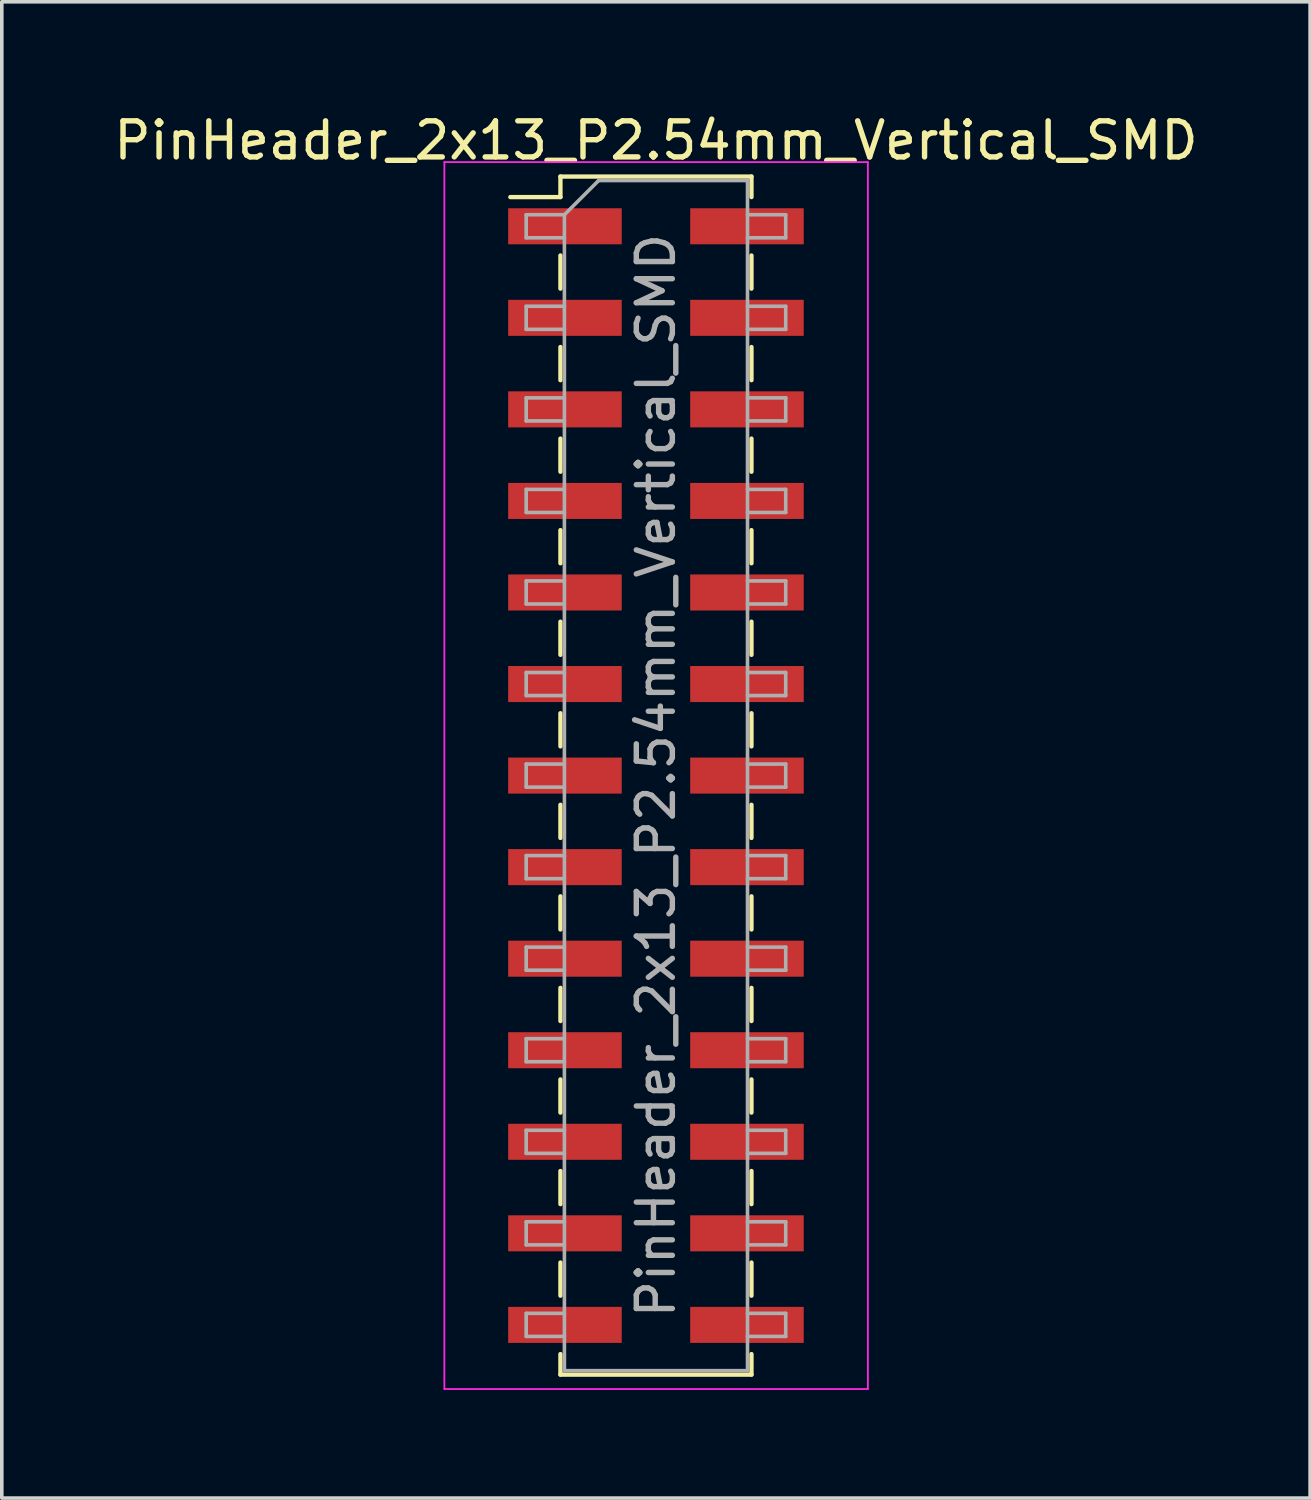
<source format=kicad_pcb>
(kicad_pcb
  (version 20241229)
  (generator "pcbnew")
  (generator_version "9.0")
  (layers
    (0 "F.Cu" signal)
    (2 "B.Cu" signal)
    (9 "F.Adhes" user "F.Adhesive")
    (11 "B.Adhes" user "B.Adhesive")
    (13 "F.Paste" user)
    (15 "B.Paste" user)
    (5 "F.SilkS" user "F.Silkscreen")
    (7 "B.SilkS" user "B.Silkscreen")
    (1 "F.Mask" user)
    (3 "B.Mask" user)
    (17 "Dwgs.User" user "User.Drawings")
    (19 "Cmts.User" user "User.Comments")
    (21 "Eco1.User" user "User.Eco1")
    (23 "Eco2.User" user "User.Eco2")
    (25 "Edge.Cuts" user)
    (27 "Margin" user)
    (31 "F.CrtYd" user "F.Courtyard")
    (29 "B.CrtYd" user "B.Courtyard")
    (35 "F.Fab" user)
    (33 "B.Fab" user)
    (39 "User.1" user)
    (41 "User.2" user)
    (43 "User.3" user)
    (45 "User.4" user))
  (footprint "PinHeader_2x13_P2.54mm_Vertical_SMD"
    (layer "F.Cu")
    (at 15.149 18.468)
    (property "Reference" "PinHeader_2x13_P2.54mm_Vertical_SMD" (at 0 -17.62 0) (layer "F.SilkS") (effects (font (size 1 1) (thickness 0.15))))
    (attr smd)
    (fp_line (start -4.04 -16.05) (end -2.65 -16.05) (stroke (width 0.12) (type solid)) (layer "F.SilkS"))
    (fp_line (start -2.65 -16.62) (end -2.65 -16.05) (stroke (width 0.12) (type solid)) (layer "F.SilkS"))
    (fp_line (start -2.65 -16.62) (end 2.65 -16.62) (stroke (width 0.12) (type solid)) (layer "F.SilkS"))
    (fp_line (start -2.65 -14.43) (end -2.65 -13.51) (stroke (width 0.12) (type solid)) (layer "F.SilkS"))
    (fp_line (start -2.65 -11.89) (end -2.65 -10.97) (stroke (width 0.12) (type solid)) (layer "F.SilkS"))
    (fp_line (start -2.65 -9.35) (end -2.65 -8.43) (stroke (width 0.12) (type solid)) (layer "F.SilkS"))
    (fp_line (start -2.65 -6.81) (end -2.65 -5.89) (stroke (width 0.12) (type solid)) (layer "F.SilkS"))
    (fp_line (start -2.65 -4.27) (end -2.65 -3.35) (stroke (width 0.12) (type solid)) (layer "F.SilkS"))
    (fp_line (start -2.65 -1.73) (end -2.65 -0.81) (stroke (width 0.12) (type solid)) (layer "F.SilkS"))
    (fp_line (start -2.65 0.81) (end -2.65 1.73) (stroke (width 0.12) (type solid)) (layer "F.SilkS"))
    (fp_line (start -2.65 3.35) (end -2.65 4.27) (stroke (width 0.12) (type solid)) (layer "F.SilkS"))
    (fp_line (start -2.65 5.89) (end -2.65 6.81) (stroke (width 0.12) (type solid)) (layer "F.SilkS"))
    (fp_line (start -2.65 8.43) (end -2.65 9.35) (stroke (width 0.12) (type solid)) (layer "F.SilkS"))
    (fp_line (start -2.65 10.97) (end -2.65 11.89) (stroke (width 0.12) (type solid)) (layer "F.SilkS"))
    (fp_line (start -2.65 13.51) (end -2.65 14.43) (stroke (width 0.12) (type solid)) (layer "F.SilkS"))
    (fp_line (start -2.65 16.05) (end -2.65 16.62) (stroke (width 0.12) (type solid)) (layer "F.SilkS"))
    (fp_line (start -2.65 16.62) (end 2.65 16.62) (stroke (width 0.12) (type solid)) (layer "F.SilkS"))
    (fp_line (start 2.65 -16.62) (end 2.65 -16.05) (stroke (width 0.12) (type solid)) (layer "F.SilkS"))
    (fp_line (start 2.65 -14.43) (end 2.65 -13.51) (stroke (width 0.12) (type solid)) (layer "F.SilkS"))
    (fp_line (start 2.65 -11.89) (end 2.65 -10.97) (stroke (width 0.12) (type solid)) (layer "F.SilkS"))
    (fp_line (start 2.65 -9.35) (end 2.65 -8.43) (stroke (width 0.12) (type solid)) (layer "F.SilkS"))
    (fp_line (start 2.65 -6.81) (end 2.65 -5.89) (stroke (width 0.12) (type solid)) (layer "F.SilkS"))
    (fp_line (start 2.65 -4.27) (end 2.65 -3.35) (stroke (width 0.12) (type solid)) (layer "F.SilkS"))
    (fp_line (start 2.65 -1.73) (end 2.65 -0.81) (stroke (width 0.12) (type solid)) (layer "F.SilkS"))
    (fp_line (start 2.65 0.81) (end 2.65 1.73) (stroke (width 0.12) (type solid)) (layer "F.SilkS"))
    (fp_line (start 2.65 3.35) (end 2.65 4.27) (stroke (width 0.12) (type solid)) (layer "F.SilkS"))
    (fp_line (start 2.65 5.89) (end 2.65 6.81) (stroke (width 0.12) (type solid)) (layer "F.SilkS"))
    (fp_line (start 2.65 8.43) (end 2.65 9.35) (stroke (width 0.12) (type solid)) (layer "F.SilkS"))
    (fp_line (start 2.65 10.97) (end 2.65 11.89) (stroke (width 0.12) (type solid)) (layer "F.SilkS"))
    (fp_line (start 2.65 13.51) (end 2.65 14.43) (stroke (width 0.12) (type solid)) (layer "F.SilkS"))
    (fp_line (start 2.65 16.05) (end 2.65 16.62) (stroke (width 0.12) (type solid)) (layer "F.SilkS"))
    (fp_line (start -5.87 -17.02) (end -5.87 17.02) (stroke (width 0.05) (type solid)) (layer "F.CrtYd"))
    (fp_line (start -5.87 17.02) (end 5.88 17.02) (stroke (width 0.05) (type solid)) (layer "F.CrtYd"))
    (fp_line (start 5.88 -17.02) (end -5.87 -17.02) (stroke (width 0.05) (type solid)) (layer "F.CrtYd"))
    (fp_line (start 5.88 17.02) (end 5.88 -17.02) (stroke (width 0.05) (type solid)) (layer "F.CrtYd"))
    (fp_line (start -3.6 -15.56) (end -3.6 -14.92) (stroke (width 0.1) (type solid)) (layer "F.Fab"))
    (fp_line (start -3.6 -14.92) (end -2.54 -14.92) (stroke (width 0.1) (type solid)) (layer "F.Fab"))
    (fp_line (start -3.6 -13.02) (end -3.6 -12.38) (stroke (width 0.1) (type solid)) (layer "F.Fab"))
    (fp_line (start -3.6 -12.38) (end -2.54 -12.38) (stroke (width 0.1) (type solid)) (layer "F.Fab"))
    (fp_line (start -3.6 -10.48) (end -3.6 -9.84) (stroke (width 0.1) (type solid)) (layer "F.Fab"))
    (fp_line (start -3.6 -9.84) (end -2.54 -9.84) (stroke (width 0.1) (type solid)) (layer "F.Fab"))
    (fp_line (start -3.6 -7.94) (end -3.6 -7.3) (stroke (width 0.1) (type solid)) (layer "F.Fab"))
    (fp_line (start -3.6 -7.3) (end -2.54 -7.3) (stroke (width 0.1) (type solid)) (layer "F.Fab"))
    (fp_line (start -3.6 -5.4) (end -3.6 -4.76) (stroke (width 0.1) (type solid)) (layer "F.Fab"))
    (fp_line (start -3.6 -4.76) (end -2.54 -4.76) (stroke (width 0.1) (type solid)) (layer "F.Fab"))
    (fp_line (start -3.6 -2.86) (end -3.6 -2.22) (stroke (width 0.1) (type solid)) (layer "F.Fab"))
    (fp_line (start -3.6 -2.22) (end -2.54 -2.22) (stroke (width 0.1) (type solid)) (layer "F.Fab"))
    (fp_line (start -3.6 -0.32) (end -3.6 0.32) (stroke (width 0.1) (type solid)) (layer "F.Fab"))
    (fp_line (start -3.6 0.32) (end -2.54 0.32) (stroke (width 0.1) (type solid)) (layer "F.Fab"))
    (fp_line (start -3.6 2.22) (end -3.6 2.86) (stroke (width 0.1) (type solid)) (layer "F.Fab"))
    (fp_line (start -3.6 2.86) (end -2.54 2.86) (stroke (width 0.1) (type solid)) (layer "F.Fab"))
    (fp_line (start -3.6 4.76) (end -3.6 5.4) (stroke (width 0.1) (type solid)) (layer "F.Fab"))
    (fp_line (start -3.6 5.4) (end -2.54 5.4) (stroke (width 0.1) (type solid)) (layer "F.Fab"))
    (fp_line (start -3.6 7.3) (end -3.6 7.94) (stroke (width 0.1) (type solid)) (layer "F.Fab"))
    (fp_line (start -3.6 7.94) (end -2.54 7.94) (stroke (width 0.1) (type solid)) (layer "F.Fab"))
    (fp_line (start -3.6 9.84) (end -3.6 10.48) (stroke (width 0.1) (type solid)) (layer "F.Fab"))
    (fp_line (start -3.6 10.48) (end -2.54 10.48) (stroke (width 0.1) (type solid)) (layer "F.Fab"))
    (fp_line (start -3.6 12.38) (end -3.6 13.02) (stroke (width 0.1) (type solid)) (layer "F.Fab"))
    (fp_line (start -3.6 13.02) (end -2.54 13.02) (stroke (width 0.1) (type solid)) (layer "F.Fab"))
    (fp_line (start -3.6 14.92) (end -3.6 15.56) (stroke (width 0.1) (type solid)) (layer "F.Fab"))
    (fp_line (start -3.6 15.56) (end -2.54 15.56) (stroke (width 0.1) (type solid)) (layer "F.Fab"))
    (fp_line (start -2.54 -15.56) (end -3.6 -15.56) (stroke (width 0.1) (type solid)) (layer "F.Fab"))
    (fp_line (start -2.54 -15.56) (end -1.59 -16.51) (stroke (width 0.1) (type solid)) (layer "F.Fab"))
    (fp_line (start -2.54 -13.02) (end -3.6 -13.02) (stroke (width 0.1) (type solid)) (layer "F.Fab"))
    (fp_line (start -2.54 -10.48) (end -3.6 -10.48) (stroke (width 0.1) (type solid)) (layer "F.Fab"))
    (fp_line (start -2.54 -7.94) (end -3.6 -7.94) (stroke (width 0.1) (type solid)) (layer "F.Fab"))
    (fp_line (start -2.54 -5.4) (end -3.6 -5.4) (stroke (width 0.1) (type solid)) (layer "F.Fab"))
    (fp_line (start -2.54 -2.86) (end -3.6 -2.86) (stroke (width 0.1) (type solid)) (layer "F.Fab"))
    (fp_line (start -2.54 -0.32) (end -3.6 -0.32) (stroke (width 0.1) (type solid)) (layer "F.Fab"))
    (fp_line (start -2.54 2.22) (end -3.6 2.22) (stroke (width 0.1) (type solid)) (layer "F.Fab"))
    (fp_line (start -2.54 4.76) (end -3.6 4.76) (stroke (width 0.1) (type solid)) (layer "F.Fab"))
    (fp_line (start -2.54 7.3) (end -3.6 7.3) (stroke (width 0.1) (type solid)) (layer "F.Fab"))
    (fp_line (start -2.54 9.84) (end -3.6 9.84) (stroke (width 0.1) (type solid)) (layer "F.Fab"))
    (fp_line (start -2.54 12.38) (end -3.6 12.38) (stroke (width 0.1) (type solid)) (layer "F.Fab"))
    (fp_line (start -2.54 14.92) (end -3.6 14.92) (stroke (width 0.1) (type solid)) (layer "F.Fab"))
    (fp_line (start -2.54 16.51) (end -2.54 -15.56) (stroke (width 0.1) (type solid)) (layer "F.Fab"))
    (fp_line (start -1.59 -16.51) (end 2.54 -16.51) (stroke (width 0.1) (type solid)) (layer "F.Fab"))
    (fp_line (start 2.54 -16.51) (end 2.54 16.51) (stroke (width 0.1) (type solid)) (layer "F.Fab"))
    (fp_line (start 2.54 -15.56) (end 3.6 -15.56) (stroke (width 0.1) (type solid)) (layer "F.Fab"))
    (fp_line (start 2.54 -13.02) (end 3.6 -13.02) (stroke (width 0.1) (type solid)) (layer "F.Fab"))
    (fp_line (start 2.54 -10.48) (end 3.6 -10.48) (stroke (width 0.1) (type solid)) (layer "F.Fab"))
    (fp_line (start 2.54 -7.94) (end 3.6 -7.94) (stroke (width 0.1) (type solid)) (layer "F.Fab"))
    (fp_line (start 2.54 -5.4) (end 3.6 -5.4) (stroke (width 0.1) (type solid)) (layer "F.Fab"))
    (fp_line (start 2.54 -2.86) (end 3.6 -2.86) (stroke (width 0.1) (type solid)) (layer "F.Fab"))
    (fp_line (start 2.54 -0.32) (end 3.6 -0.32) (stroke (width 0.1) (type solid)) (layer "F.Fab"))
    (fp_line (start 2.54 2.22) (end 3.6 2.22) (stroke (width 0.1) (type solid)) (layer "F.Fab"))
    (fp_line (start 2.54 4.76) (end 3.6 4.76) (stroke (width 0.1) (type solid)) (layer "F.Fab"))
    (fp_line (start 2.54 7.3) (end 3.6 7.3) (stroke (width 0.1) (type solid)) (layer "F.Fab"))
    (fp_line (start 2.54 9.84) (end 3.6 9.84) (stroke (width 0.1) (type solid)) (layer "F.Fab"))
    (fp_line (start 2.54 12.38) (end 3.6 12.38) (stroke (width 0.1) (type solid)) (layer "F.Fab"))
    (fp_line (start 2.54 14.92) (end 3.6 14.92) (stroke (width 0.1) (type solid)) (layer "F.Fab"))
    (fp_line (start 2.54 16.51) (end -2.54 16.51) (stroke (width 0.1) (type solid)) (layer "F.Fab"))
    (fp_line (start 3.6 -15.56) (end 3.6 -14.92) (stroke (width 0.1) (type solid)) (layer "F.Fab"))
    (fp_line (start 3.6 -14.92) (end 2.54 -14.92) (stroke (width 0.1) (type solid)) (layer "F.Fab"))
    (fp_line (start 3.6 -13.02) (end 3.6 -12.38) (stroke (width 0.1) (type solid)) (layer "F.Fab"))
    (fp_line (start 3.6 -12.38) (end 2.54 -12.38) (stroke (width 0.1) (type solid)) (layer "F.Fab"))
    (fp_line (start 3.6 -10.48) (end 3.6 -9.84) (stroke (width 0.1) (type solid)) (layer "F.Fab"))
    (fp_line (start 3.6 -9.84) (end 2.54 -9.84) (stroke (width 0.1) (type solid)) (layer "F.Fab"))
    (fp_line (start 3.6 -7.94) (end 3.6 -7.3) (stroke (width 0.1) (type solid)) (layer "F.Fab"))
    (fp_line (start 3.6 -7.3) (end 2.54 -7.3) (stroke (width 0.1) (type solid)) (layer "F.Fab"))
    (fp_line (start 3.6 -5.4) (end 3.6 -4.76) (stroke (width 0.1) (type solid)) (layer "F.Fab"))
    (fp_line (start 3.6 -4.76) (end 2.54 -4.76) (stroke (width 0.1) (type solid)) (layer "F.Fab"))
    (fp_line (start 3.6 -2.86) (end 3.6 -2.22) (stroke (width 0.1) (type solid)) (layer "F.Fab"))
    (fp_line (start 3.6 -2.22) (end 2.54 -2.22) (stroke (width 0.1) (type solid)) (layer "F.Fab"))
    (fp_line (start 3.6 -0.32) (end 3.6 0.32) (stroke (width 0.1) (type solid)) (layer "F.Fab"))
    (fp_line (start 3.6 0.32) (end 2.54 0.32) (stroke (width 0.1) (type solid)) (layer "F.Fab"))
    (fp_line (start 3.6 2.22) (end 3.6 2.86) (stroke (width 0.1) (type solid)) (layer "F.Fab"))
    (fp_line (start 3.6 2.86) (end 2.54 2.86) (stroke (width 0.1) (type solid)) (layer "F.Fab"))
    (fp_line (start 3.6 4.76) (end 3.6 5.4) (stroke (width 0.1) (type solid)) (layer "F.Fab"))
    (fp_line (start 3.6 5.4) (end 2.54 5.4) (stroke (width 0.1) (type solid)) (layer "F.Fab"))
    (fp_line (start 3.6 7.3) (end 3.6 7.94) (stroke (width 0.1) (type solid)) (layer "F.Fab"))
    (fp_line (start 3.6 7.94) (end 2.54 7.94) (stroke (width 0.1) (type solid)) (layer "F.Fab"))
    (fp_line (start 3.6 9.84) (end 3.6 10.48) (stroke (width 0.1) (type solid)) (layer "F.Fab"))
    (fp_line (start 3.6 10.48) (end 2.54 10.48) (stroke (width 0.1) (type solid)) (layer "F.Fab"))
    (fp_line (start 3.6 12.38) (end 3.6 13.02) (stroke (width 0.1) (type solid)) (layer "F.Fab"))
    (fp_line (start 3.6 13.02) (end 2.54 13.02) (stroke (width 0.1) (type solid)) (layer "F.Fab"))
    (fp_line (start 3.6 14.92) (end 3.6 15.56) (stroke (width 0.1) (type solid)) (layer "F.Fab"))
    (fp_line (start 3.6 15.56) (end 2.54 15.56) (stroke (width 0.1) (type solid)) (layer "F.Fab"))
    (fp_text user "${REFERENCE}" (at 0 0 90) (layer "F.Fab") (effects (font (size 1 1) (thickness 0.15))))
    (pad "1" smd rect (at -2.525 -15.24) (size 3.15 1) (layers "F.Cu" "F.Mask" "F.Paste"))
    (pad "2" smd rect (at 2.525 -15.24) (size 3.15 1) (layers "F.Cu" "F.Mask" "F.Paste"))
    (pad "3" smd rect (at -2.525 -12.7) (size 3.15 1) (layers "F.Cu" "F.Mask" "F.Paste"))
    (pad "4" smd rect (at 2.525 -12.7) (size 3.15 1) (layers "F.Cu" "F.Mask" "F.Paste"))
    (pad "5" smd rect (at -2.525 -10.16) (size 3.15 1) (layers "F.Cu" "F.Mask" "F.Paste"))
    (pad "6" smd rect (at 2.525 -10.16) (size 3.15 1) (layers "F.Cu" "F.Mask" "F.Paste"))
    (pad "7" smd rect (at -2.525 -7.62) (size 3.15 1) (layers "F.Cu" "F.Mask" "F.Paste"))
    (pad "8" smd rect (at 2.525 -7.62) (size 3.15 1) (layers "F.Cu" "F.Mask" "F.Paste"))
    (pad "9" smd rect (at -2.525 -5.08) (size 3.15 1) (layers "F.Cu" "F.Mask" "F.Paste"))
    (pad "10" smd rect (at 2.525 -5.08) (size 3.15 1) (layers "F.Cu" "F.Mask" "F.Paste"))
    (pad "11" smd rect (at -2.525 -2.54) (size 3.15 1) (layers "F.Cu" "F.Mask" "F.Paste"))
    (pad "12" smd rect (at 2.525 -2.54) (size 3.15 1) (layers "F.Cu" "F.Mask" "F.Paste"))
    (pad "13" smd rect (at -2.525 0) (size 3.15 1) (layers "F.Cu" "F.Mask" "F.Paste"))
    (pad "14" smd rect (at 2.525 0) (size 3.15 1) (layers "F.Cu" "F.Mask" "F.Paste"))
    (pad "15" smd rect (at -2.525 2.54) (size 3.15 1) (layers "F.Cu" "F.Mask" "F.Paste"))
    (pad "16" smd rect (at 2.525 2.54) (size 3.15 1) (layers "F.Cu" "F.Mask" "F.Paste"))
    (pad "17" smd rect (at -2.525 5.08) (size 3.15 1) (layers "F.Cu" "F.Mask" "F.Paste"))
    (pad "18" smd rect (at 2.525 5.08) (size 3.15 1) (layers "F.Cu" "F.Mask" "F.Paste"))
    (pad "19" smd rect (at -2.525 7.62) (size 3.15 1) (layers "F.Cu" "F.Mask" "F.Paste"))
    (pad "20" smd rect (at 2.525 7.62) (size 3.15 1) (layers "F.Cu" "F.Mask" "F.Paste"))
    (pad "21" smd rect (at -2.525 10.16) (size 3.15 1) (layers "F.Cu" "F.Mask" "F.Paste"))
    (pad "22" smd rect (at 2.525 10.16) (size 3.15 1) (layers "F.Cu" "F.Mask" "F.Paste"))
    (pad "23" smd rect (at -2.525 12.7) (size 3.15 1) (layers "F.Cu" "F.Mask" "F.Paste"))
    (pad "24" smd rect (at 2.525 12.7) (size 3.15 1) (layers "F.Cu" "F.Mask" "F.Paste"))
    (pad "25" smd rect (at -2.525 15.24) (size 3.15 1) (layers "F.Cu" "F.Mask" "F.Paste"))
    (pad "26" smd rect (at 2.525 15.24) (size 3.15 1) (layers "F.Cu" "F.Mask" "F.Paste")))
  (gr_rect
    (start -3 -3)
    (end 33.298 38.513)
    (stroke (width 0.1) (type default))
    (fill no)
    (layer "Edge.Cuts")))
</source>
